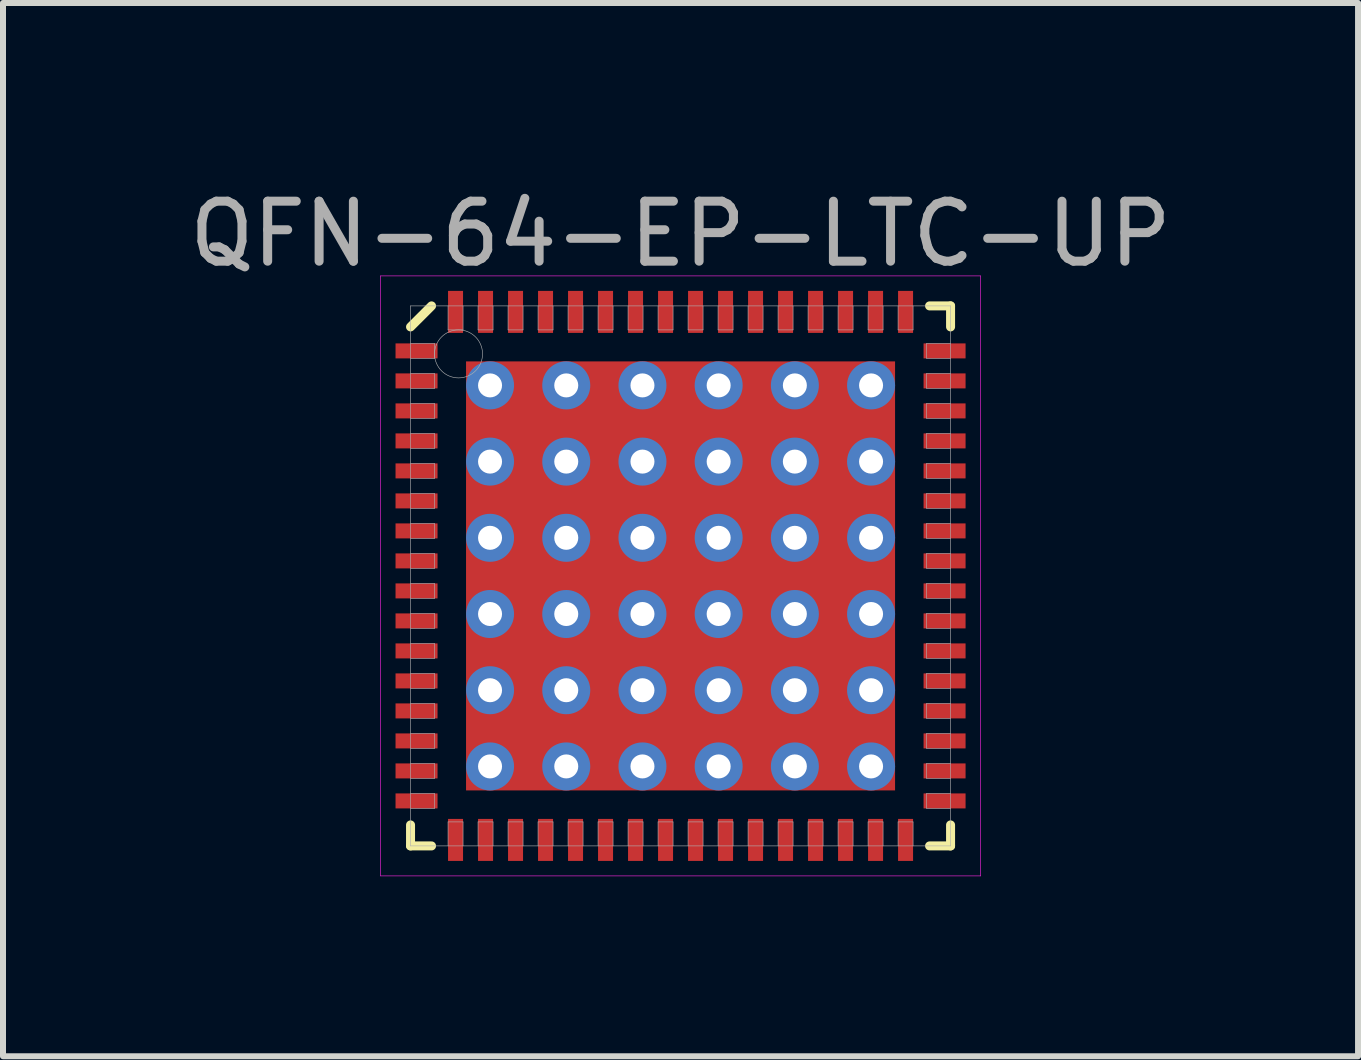
<source format=kicad_pcb>
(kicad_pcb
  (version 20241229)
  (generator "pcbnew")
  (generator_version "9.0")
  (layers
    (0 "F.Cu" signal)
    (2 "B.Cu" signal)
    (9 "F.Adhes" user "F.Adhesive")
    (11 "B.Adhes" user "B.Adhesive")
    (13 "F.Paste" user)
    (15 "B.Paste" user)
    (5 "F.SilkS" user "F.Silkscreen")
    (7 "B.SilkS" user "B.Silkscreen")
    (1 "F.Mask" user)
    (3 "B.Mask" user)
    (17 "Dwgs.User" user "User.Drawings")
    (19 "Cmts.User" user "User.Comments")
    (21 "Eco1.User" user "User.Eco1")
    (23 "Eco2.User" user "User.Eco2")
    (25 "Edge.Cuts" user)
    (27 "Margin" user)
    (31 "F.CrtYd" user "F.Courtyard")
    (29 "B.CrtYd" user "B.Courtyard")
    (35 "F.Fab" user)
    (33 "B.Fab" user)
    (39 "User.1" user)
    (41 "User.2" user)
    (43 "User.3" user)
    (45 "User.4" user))
  (footprint "QFN-64-EP-LTC-UP"
    (layer "F.Cu")
    (at 8.292 6.548)
    (property "Reference" "QFN-64-EP-LTC-UP" (at 0 -5.7 0) (layer "F.Fab") (effects (font (size 1 1) (thickness 0.15))))
    (attr smd)
    (fp_line (start -4.5 -4.15) (end -4.15 -4.5) (stroke (width 0.15) (type solid)) (layer "F.SilkS"))
    (fp_line (start -4.5 4.5) (end -4.5 4.15) (stroke (width 0.15) (type solid)) (layer "F.SilkS"))
    (fp_line (start -4.15 4.5) (end -4.5 4.5) (stroke (width 0.15) (type solid)) (layer "F.SilkS"))
    (fp_line (start 4.15 -4.5) (end 4.5 -4.5) (stroke (width 0.15) (type solid)) (layer "F.SilkS"))
    (fp_line (start 4.15 4.5) (end 4.5 4.5) (stroke (width 0.15) (type solid)) (layer "F.SilkS"))
    (fp_line (start 4.5 -4.5) (end 4.5 -4.15) (stroke (width 0.15) (type solid)) (layer "F.SilkS"))
    (fp_line (start 4.5 4.5) (end 4.5 4.15) (stroke (width 0.15) (type solid)) (layer "F.SilkS"))
    (fp_line (start -5 -5) (end 5 -5) (stroke (width 0.01) (type solid)) (layer "F.CrtYd"))
    (fp_line (start -5 5) (end -5 -5) (stroke (width 0.01) (type solid)) (layer "F.CrtYd"))
    (fp_line (start 5 -5) (end 5 5) (stroke (width 0.01) (type solid)) (layer "F.CrtYd"))
    (fp_line (start 5 5) (end -5 5) (stroke (width 0.01) (type solid)) (layer "F.CrtYd"))
    (fp_line (start -4.5 -4.5) (end 4.5 -4.5) (stroke (width 0.01) (type solid)) (layer "F.Fab"))
    (fp_line (start -4.5 -3.625) (end -4.1 -3.625) (stroke (width 0.01) (type solid)) (layer "F.Fab"))
    (fp_line (start -4.5 -3.125) (end -4.1 -3.125) (stroke (width 0.01) (type solid)) (layer "F.Fab"))
    (fp_line (start -4.5 -2.625) (end -4.1 -2.625) (stroke (width 0.01) (type solid)) (layer "F.Fab"))
    (fp_line (start -4.5 -2.125) (end -4.1 -2.125) (stroke (width 0.01) (type solid)) (layer "F.Fab"))
    (fp_line (start -4.5 -1.625) (end -4.1 -1.625) (stroke (width 0.01) (type solid)) (layer "F.Fab"))
    (fp_line (start -4.5 -1.125) (end -4.1 -1.125) (stroke (width 0.01) (type solid)) (layer "F.Fab"))
    (fp_line (start -4.5 -0.625) (end -4.1 -0.625) (stroke (width 0.01) (type solid)) (layer "F.Fab"))
    (fp_line (start -4.5 -0.125) (end -4.1 -0.125) (stroke (width 0.01) (type solid)) (layer "F.Fab"))
    (fp_line (start -4.5 0.375) (end -4.1 0.375) (stroke (width 0.01) (type solid)) (layer "F.Fab"))
    (fp_line (start -4.5 0.875) (end -4.1 0.875) (stroke (width 0.01) (type solid)) (layer "F.Fab"))
    (fp_line (start -4.5 1.375) (end -4.1 1.375) (stroke (width 0.01) (type solid)) (layer "F.Fab"))
    (fp_line (start -4.5 1.875) (end -4.1 1.875) (stroke (width 0.01) (type solid)) (layer "F.Fab"))
    (fp_line (start -4.5 2.375) (end -4.1 2.375) (stroke (width 0.01) (type solid)) (layer "F.Fab"))
    (fp_line (start -4.5 2.875) (end -4.1 2.875) (stroke (width 0.01) (type solid)) (layer "F.Fab"))
    (fp_line (start -4.5 3.375) (end -4.1 3.375) (stroke (width 0.01) (type solid)) (layer "F.Fab"))
    (fp_line (start -4.5 3.875) (end -4.1 3.875) (stroke (width 0.01) (type solid)) (layer "F.Fab"))
    (fp_line (start -4.5 4.5) (end -4.5 -4.5) (stroke (width 0.01) (type solid)) (layer "F.Fab"))
    (fp_line (start -4.1 -3.875) (end -4.5 -3.875) (stroke (width 0.01) (type solid)) (layer "F.Fab"))
    (fp_line (start -4.1 -3.625) (end -4.1 -3.875) (stroke (width 0.01) (type solid)) (layer "F.Fab"))
    (fp_line (start -4.1 -3.375) (end -4.5 -3.375) (stroke (width 0.01) (type solid)) (layer "F.Fab"))
    (fp_line (start -4.1 -3.125) (end -4.1 -3.375) (stroke (width 0.01) (type solid)) (layer "F.Fab"))
    (fp_line (start -4.1 -2.875) (end -4.5 -2.875) (stroke (width 0.01) (type solid)) (layer "F.Fab"))
    (fp_line (start -4.1 -2.625) (end -4.1 -2.875) (stroke (width 0.01) (type solid)) (layer "F.Fab"))
    (fp_line (start -4.1 -2.375) (end -4.5 -2.375) (stroke (width 0.01) (type solid)) (layer "F.Fab"))
    (fp_line (start -4.1 -2.125) (end -4.1 -2.375) (stroke (width 0.01) (type solid)) (layer "F.Fab"))
    (fp_line (start -4.1 -1.875) (end -4.5 -1.875) (stroke (width 0.01) (type solid)) (layer "F.Fab"))
    (fp_line (start -4.1 -1.625) (end -4.1 -1.875) (stroke (width 0.01) (type solid)) (layer "F.Fab"))
    (fp_line (start -4.1 -1.375) (end -4.5 -1.375) (stroke (width 0.01) (type solid)) (layer "F.Fab"))
    (fp_line (start -4.1 -1.125) (end -4.1 -1.375) (stroke (width 0.01) (type solid)) (layer "F.Fab"))
    (fp_line (start -4.1 -0.875) (end -4.5 -0.875) (stroke (width 0.01) (type solid)) (layer "F.Fab"))
    (fp_line (start -4.1 -0.625) (end -4.1 -0.875) (stroke (width 0.01) (type solid)) (layer "F.Fab"))
    (fp_line (start -4.1 -0.375) (end -4.5 -0.375) (stroke (width 0.01) (type solid)) (layer "F.Fab"))
    (fp_line (start -4.1 -0.125) (end -4.1 -0.375) (stroke (width 0.01) (type solid)) (layer "F.Fab"))
    (fp_line (start -4.1 0.125) (end -4.5 0.125) (stroke (width 0.01) (type solid)) (layer "F.Fab"))
    (fp_line (start -4.1 0.375) (end -4.1 0.125) (stroke (width 0.01) (type solid)) (layer "F.Fab"))
    (fp_line (start -4.1 0.625) (end -4.5 0.625) (stroke (width 0.01) (type solid)) (layer "F.Fab"))
    (fp_line (start -4.1 0.875) (end -4.1 0.625) (stroke (width 0.01) (type solid)) (layer "F.Fab"))
    (fp_line (start -4.1 1.125) (end -4.5 1.125) (stroke (width 0.01) (type solid)) (layer "F.Fab"))
    (fp_line (start -4.1 1.375) (end -4.1 1.125) (stroke (width 0.01) (type solid)) (layer "F.Fab"))
    (fp_line (start -4.1 1.625) (end -4.5 1.625) (stroke (width 0.01) (type solid)) (layer "F.Fab"))
    (fp_line (start -4.1 1.875) (end -4.1 1.625) (stroke (width 0.01) (type solid)) (layer "F.Fab"))
    (fp_line (start -4.1 2.125) (end -4.5 2.125) (stroke (width 0.01) (type solid)) (layer "F.Fab"))
    (fp_line (start -4.1 2.375) (end -4.1 2.125) (stroke (width 0.01) (type solid)) (layer "F.Fab"))
    (fp_line (start -4.1 2.625) (end -4.5 2.625) (stroke (width 0.01) (type solid)) (layer "F.Fab"))
    (fp_line (start -4.1 2.875) (end -4.1 2.625) (stroke (width 0.01) (type solid)) (layer "F.Fab"))
    (fp_line (start -4.1 3.125) (end -4.5 3.125) (stroke (width 0.01) (type solid)) (layer "F.Fab"))
    (fp_line (start -4.1 3.375) (end -4.1 3.125) (stroke (width 0.01) (type solid)) (layer "F.Fab"))
    (fp_line (start -4.1 3.625) (end -4.5 3.625) (stroke (width 0.01) (type solid)) (layer "F.Fab"))
    (fp_line (start -4.1 3.875) (end -4.1 3.625) (stroke (width 0.01) (type solid)) (layer "F.Fab"))
    (fp_line (start -3.875 -4.5) (end -3.875 -4.1) (stroke (width 0.01) (type solid)) (layer "F.Fab"))
    (fp_line (start -3.875 -4.1) (end -3.625 -4.1) (stroke (width 0.01) (type solid)) (layer "F.Fab"))
    (fp_line (start -3.875 4.1) (end -3.875 4.5) (stroke (width 0.01) (type solid)) (layer "F.Fab"))
    (fp_line (start -3.625 -4.1) (end -3.625 -4.5) (stroke (width 0.01) (type solid)) (layer "F.Fab"))
    (fp_line (start -3.625 4.1) (end -3.875 4.1) (stroke (width 0.01) (type solid)) (layer "F.Fab"))
    (fp_line (start -3.625 4.5) (end -3.625 4.1) (stroke (width 0.01) (type solid)) (layer "F.Fab"))
    (fp_line (start -3.375 -4.5) (end -3.375 -4.1) (stroke (width 0.01) (type solid)) (layer "F.Fab"))
    (fp_line (start -3.375 -4.1) (end -3.125 -4.1) (stroke (width 0.01) (type solid)) (layer "F.Fab"))
    (fp_line (start -3.375 4.1) (end -3.375 4.5) (stroke (width 0.01) (type solid)) (layer "F.Fab"))
    (fp_line (start -3.125 -4.1) (end -3.125 -4.5) (stroke (width 0.01) (type solid)) (layer "F.Fab"))
    (fp_line (start -3.125 4.1) (end -3.375 4.1) (stroke (width 0.01) (type solid)) (layer "F.Fab"))
    (fp_line (start -3.125 4.5) (end -3.125 4.1) (stroke (width 0.01) (type solid)) (layer "F.Fab"))
    (fp_line (start -2.875 -4.5) (end -2.875 -4.1) (stroke (width 0.01) (type solid)) (layer "F.Fab"))
    (fp_line (start -2.875 -4.1) (end -2.625 -4.1) (stroke (width 0.01) (type solid)) (layer "F.Fab"))
    (fp_line (start -2.875 4.1) (end -2.875 4.5) (stroke (width 0.01) (type solid)) (layer "F.Fab"))
    (fp_line (start -2.625 -4.1) (end -2.625 -4.5) (stroke (width 0.01) (type solid)) (layer "F.Fab"))
    (fp_line (start -2.625 4.1) (end -2.875 4.1) (stroke (width 0.01) (type solid)) (layer "F.Fab"))
    (fp_line (start -2.625 4.5) (end -2.625 4.1) (stroke (width 0.01) (type solid)) (layer "F.Fab"))
    (fp_line (start -2.375 -4.5) (end -2.375 -4.1) (stroke (width 0.01) (type solid)) (layer "F.Fab"))
    (fp_line (start -2.375 -4.1) (end -2.125 -4.1) (stroke (width 0.01) (type solid)) (layer "F.Fab"))
    (fp_line (start -2.375 4.1) (end -2.375 4.5) (stroke (width 0.01) (type solid)) (layer "F.Fab"))
    (fp_line (start -2.125 -4.1) (end -2.125 -4.5) (stroke (width 0.01) (type solid)) (layer "F.Fab"))
    (fp_line (start -2.125 4.1) (end -2.375 4.1) (stroke (width 0.01) (type solid)) (layer "F.Fab"))
    (fp_line (start -2.125 4.5) (end -2.125 4.1) (stroke (width 0.01) (type solid)) (layer "F.Fab"))
    (fp_line (start -1.875 -4.5) (end -1.875 -4.1) (stroke (width 0.01) (type solid)) (layer "F.Fab"))
    (fp_line (start -1.875 -4.1) (end -1.625 -4.1) (stroke (width 0.01) (type solid)) (layer "F.Fab"))
    (fp_line (start -1.875 4.1) (end -1.875 4.5) (stroke (width 0.01) (type solid)) (layer "F.Fab"))
    (fp_line (start -1.625 -4.1) (end -1.625 -4.5) (stroke (width 0.01) (type solid)) (layer "F.Fab"))
    (fp_line (start -1.625 4.1) (end -1.875 4.1) (stroke (width 0.01) (type solid)) (layer "F.Fab"))
    (fp_line (start -1.625 4.5) (end -1.625 4.1) (stroke (width 0.01) (type solid)) (layer "F.Fab"))
    (fp_line (start -1.375 -4.5) (end -1.375 -4.1) (stroke (width 0.01) (type solid)) (layer "F.Fab"))
    (fp_line (start -1.375 -4.1) (end -1.125 -4.1) (stroke (width 0.01) (type solid)) (layer "F.Fab"))
    (fp_line (start -1.375 4.1) (end -1.375 4.5) (stroke (width 0.01) (type solid)) (layer "F.Fab"))
    (fp_line (start -1.125 -4.1) (end -1.125 -4.5) (stroke (width 0.01) (type solid)) (layer "F.Fab"))
    (fp_line (start -1.125 4.1) (end -1.375 4.1) (stroke (width 0.01) (type solid)) (layer "F.Fab"))
    (fp_line (start -1.125 4.5) (end -1.125 4.1) (stroke (width 0.01) (type solid)) (layer "F.Fab"))
    (fp_line (start -0.875 -4.5) (end -0.875 -4.1) (stroke (width 0.01) (type solid)) (layer "F.Fab"))
    (fp_line (start -0.875 -4.1) (end -0.625 -4.1) (stroke (width 0.01) (type solid)) (layer "F.Fab"))
    (fp_line (start -0.875 4.1) (end -0.875 4.5) (stroke (width 0.01) (type solid)) (layer "F.Fab"))
    (fp_line (start -0.625 -4.1) (end -0.625 -4.5) (stroke (width 0.01) (type solid)) (layer "F.Fab"))
    (fp_line (start -0.625 4.1) (end -0.875 4.1) (stroke (width 0.01) (type solid)) (layer "F.Fab"))
    (fp_line (start -0.625 4.5) (end -0.625 4.1) (stroke (width 0.01) (type solid)) (layer "F.Fab"))
    (fp_line (start -0.375 -4.5) (end -0.375 -4.1) (stroke (width 0.01) (type solid)) (layer "F.Fab"))
    (fp_line (start -0.375 -4.1) (end -0.125 -4.1) (stroke (width 0.01) (type solid)) (layer "F.Fab"))
    (fp_line (start -0.375 4.1) (end -0.375 4.5) (stroke (width 0.01) (type solid)) (layer "F.Fab"))
    (fp_line (start -0.125 -4.1) (end -0.125 -4.5) (stroke (width 0.01) (type solid)) (layer "F.Fab"))
    (fp_line (start -0.125 4.1) (end -0.375 4.1) (stroke (width 0.01) (type solid)) (layer "F.Fab"))
    (fp_line (start -0.125 4.5) (end -0.125 4.1) (stroke (width 0.01) (type solid)) (layer "F.Fab"))
    (fp_line (start 0.125 -4.5) (end 0.125 -4.1) (stroke (width 0.01) (type solid)) (layer "F.Fab"))
    (fp_line (start 0.125 -4.1) (end 0.375 -4.1) (stroke (width 0.01) (type solid)) (layer "F.Fab"))
    (fp_line (start 0.125 4.1) (end 0.125 4.5) (stroke (width 0.01) (type solid)) (layer "F.Fab"))
    (fp_line (start 0.375 -4.1) (end 0.375 -4.5) (stroke (width 0.01) (type solid)) (layer "F.Fab"))
    (fp_line (start 0.375 4.1) (end 0.125 4.1) (stroke (width 0.01) (type solid)) (layer "F.Fab"))
    (fp_line (start 0.375 4.5) (end 0.375 4.1) (stroke (width 0.01) (type solid)) (layer "F.Fab"))
    (fp_line (start 0.625 -4.5) (end 0.625 -4.1) (stroke (width 0.01) (type solid)) (layer "F.Fab"))
    (fp_line (start 0.625 -4.1) (end 0.875 -4.1) (stroke (width 0.01) (type solid)) (layer "F.Fab"))
    (fp_line (start 0.625 4.1) (end 0.625 4.5) (stroke (width 0.01) (type solid)) (layer "F.Fab"))
    (fp_line (start 0.875 -4.1) (end 0.875 -4.5) (stroke (width 0.01) (type solid)) (layer "F.Fab"))
    (fp_line (start 0.875 4.1) (end 0.625 4.1) (stroke (width 0.01) (type solid)) (layer "F.Fab"))
    (fp_line (start 0.875 4.5) (end 0.875 4.1) (stroke (width 0.01) (type solid)) (layer "F.Fab"))
    (fp_line (start 1.125 -4.5) (end 1.125 -4.1) (stroke (width 0.01) (type solid)) (layer "F.Fab"))
    (fp_line (start 1.125 -4.1) (end 1.375 -4.1) (stroke (width 0.01) (type solid)) (layer "F.Fab"))
    (fp_line (start 1.125 4.1) (end 1.125 4.5) (stroke (width 0.01) (type solid)) (layer "F.Fab"))
    (fp_line (start 1.375 -4.1) (end 1.375 -4.5) (stroke (width 0.01) (type solid)) (layer "F.Fab"))
    (fp_line (start 1.375 4.1) (end 1.125 4.1) (stroke (width 0.01) (type solid)) (layer "F.Fab"))
    (fp_line (start 1.375 4.5) (end 1.375 4.1) (stroke (width 0.01) (type solid)) (layer "F.Fab"))
    (fp_line (start 1.625 -4.5) (end 1.625 -4.1) (stroke (width 0.01) (type solid)) (layer "F.Fab"))
    (fp_line (start 1.625 -4.1) (end 1.875 -4.1) (stroke (width 0.01) (type solid)) (layer "F.Fab"))
    (fp_line (start 1.625 4.1) (end 1.625 4.5) (stroke (width 0.01) (type solid)) (layer "F.Fab"))
    (fp_line (start 1.875 -4.1) (end 1.875 -4.5) (stroke (width 0.01) (type solid)) (layer "F.Fab"))
    (fp_line (start 1.875 4.1) (end 1.625 4.1) (stroke (width 0.01) (type solid)) (layer "F.Fab"))
    (fp_line (start 1.875 4.5) (end 1.875 4.1) (stroke (width 0.01) (type solid)) (layer "F.Fab"))
    (fp_line (start 2.125 -4.5) (end 2.125 -4.1) (stroke (width 0.01) (type solid)) (layer "F.Fab"))
    (fp_line (start 2.125 -4.1) (end 2.375 -4.1) (stroke (width 0.01) (type solid)) (layer "F.Fab"))
    (fp_line (start 2.125 4.1) (end 2.125 4.5) (stroke (width 0.01) (type solid)) (layer "F.Fab"))
    (fp_line (start 2.375 -4.1) (end 2.375 -4.5) (stroke (width 0.01) (type solid)) (layer "F.Fab"))
    (fp_line (start 2.375 4.1) (end 2.125 4.1) (stroke (width 0.01) (type solid)) (layer "F.Fab"))
    (fp_line (start 2.375 4.5) (end 2.375 4.1) (stroke (width 0.01) (type solid)) (layer "F.Fab"))
    (fp_line (start 2.625 -4.5) (end 2.625 -4.1) (stroke (width 0.01) (type solid)) (layer "F.Fab"))
    (fp_line (start 2.625 -4.1) (end 2.875 -4.1) (stroke (width 0.01) (type solid)) (layer "F.Fab"))
    (fp_line (start 2.625 4.1) (end 2.625 4.5) (stroke (width 0.01) (type solid)) (layer "F.Fab"))
    (fp_line (start 2.875 -4.1) (end 2.875 -4.5) (stroke (width 0.01) (type solid)) (layer "F.Fab"))
    (fp_line (start 2.875 4.1) (end 2.625 4.1) (stroke (width 0.01) (type solid)) (layer "F.Fab"))
    (fp_line (start 2.875 4.5) (end 2.875 4.1) (stroke (width 0.01) (type solid)) (layer "F.Fab"))
    (fp_line (start 3.125 -4.5) (end 3.125 -4.1) (stroke (width 0.01) (type solid)) (layer "F.Fab"))
    (fp_line (start 3.125 -4.1) (end 3.375 -4.1) (stroke (width 0.01) (type solid)) (layer "F.Fab"))
    (fp_line (start 3.125 4.1) (end 3.125 4.5) (stroke (width 0.01) (type solid)) (layer "F.Fab"))
    (fp_line (start 3.375 -4.1) (end 3.375 -4.5) (stroke (width 0.01) (type solid)) (layer "F.Fab"))
    (fp_line (start 3.375 4.1) (end 3.125 4.1) (stroke (width 0.01) (type solid)) (layer "F.Fab"))
    (fp_line (start 3.375 4.5) (end 3.375 4.1) (stroke (width 0.01) (type solid)) (layer "F.Fab"))
    (fp_line (start 3.625 -4.5) (end 3.625 -4.1) (stroke (width 0.01) (type solid)) (layer "F.Fab"))
    (fp_line (start 3.625 -4.1) (end 3.875 -4.1) (stroke (width 0.01) (type solid)) (layer "F.Fab"))
    (fp_line (start 3.625 4.1) (end 3.625 4.5) (stroke (width 0.01) (type solid)) (layer "F.Fab"))
    (fp_line (start 3.875 -4.1) (end 3.875 -4.5) (stroke (width 0.01) (type solid)) (layer "F.Fab"))
    (fp_line (start 3.875 4.1) (end 3.625 4.1) (stroke (width 0.01) (type solid)) (layer "F.Fab"))
    (fp_line (start 3.875 4.5) (end 3.875 4.1) (stroke (width 0.01) (type solid)) (layer "F.Fab"))
    (fp_line (start 4.1 -3.875) (end 4.1 -3.625) (stroke (width 0.01) (type solid)) (layer "F.Fab"))
    (fp_line (start 4.1 -3.625) (end 4.5 -3.625) (stroke (width 0.01) (type solid)) (layer "F.Fab"))
    (fp_line (start 4.1 -3.375) (end 4.1 -3.125) (stroke (width 0.01) (type solid)) (layer "F.Fab"))
    (fp_line (start 4.1 -3.125) (end 4.5 -3.125) (stroke (width 0.01) (type solid)) (layer "F.Fab"))
    (fp_line (start 4.1 -2.875) (end 4.1 -2.625) (stroke (width 0.01) (type solid)) (layer "F.Fab"))
    (fp_line (start 4.1 -2.625) (end 4.5 -2.625) (stroke (width 0.01) (type solid)) (layer "F.Fab"))
    (fp_line (start 4.1 -2.375) (end 4.1 -2.125) (stroke (width 0.01) (type solid)) (layer "F.Fab"))
    (fp_line (start 4.1 -2.125) (end 4.5 -2.125) (stroke (width 0.01) (type solid)) (layer "F.Fab"))
    (fp_line (start 4.1 -1.875) (end 4.1 -1.625) (stroke (width 0.01) (type solid)) (layer "F.Fab"))
    (fp_line (start 4.1 -1.625) (end 4.5 -1.625) (stroke (width 0.01) (type solid)) (layer "F.Fab"))
    (fp_line (start 4.1 -1.375) (end 4.1 -1.125) (stroke (width 0.01) (type solid)) (layer "F.Fab"))
    (fp_line (start 4.1 -1.125) (end 4.5 -1.125) (stroke (width 0.01) (type solid)) (layer "F.Fab"))
    (fp_line (start 4.1 -0.875) (end 4.1 -0.625) (stroke (width 0.01) (type solid)) (layer "F.Fab"))
    (fp_line (start 4.1 -0.625) (end 4.5 -0.625) (stroke (width 0.01) (type solid)) (layer "F.Fab"))
    (fp_line (start 4.1 -0.375) (end 4.1 -0.125) (stroke (width 0.01) (type solid)) (layer "F.Fab"))
    (fp_line (start 4.1 -0.125) (end 4.5 -0.125) (stroke (width 0.01) (type solid)) (layer "F.Fab"))
    (fp_line (start 4.1 0.125) (end 4.1 0.375) (stroke (width 0.01) (type solid)) (layer "F.Fab"))
    (fp_line (start 4.1 0.375) (end 4.5 0.375) (stroke (width 0.01) (type solid)) (layer "F.Fab"))
    (fp_line (start 4.1 0.625) (end 4.1 0.875) (stroke (width 0.01) (type solid)) (layer "F.Fab"))
    (fp_line (start 4.1 0.875) (end 4.5 0.875) (stroke (width 0.01) (type solid)) (layer "F.Fab"))
    (fp_line (start 4.1 1.125) (end 4.1 1.375) (stroke (width 0.01) (type solid)) (layer "F.Fab"))
    (fp_line (start 4.1 1.375) (end 4.5 1.375) (stroke (width 0.01) (type solid)) (layer "F.Fab"))
    (fp_line (start 4.1 1.625) (end 4.1 1.875) (stroke (width 0.01) (type solid)) (layer "F.Fab"))
    (fp_line (start 4.1 1.875) (end 4.5 1.875) (stroke (width 0.01) (type solid)) (layer "F.Fab"))
    (fp_line (start 4.1 2.125) (end 4.1 2.375) (stroke (width 0.01) (type solid)) (layer "F.Fab"))
    (fp_line (start 4.1 2.375) (end 4.5 2.375) (stroke (width 0.01) (type solid)) (layer "F.Fab"))
    (fp_line (start 4.1 2.625) (end 4.1 2.875) (stroke (width 0.01) (type solid)) (layer "F.Fab"))
    (fp_line (start 4.1 2.875) (end 4.5 2.875) (stroke (width 0.01) (type solid)) (layer "F.Fab"))
    (fp_line (start 4.1 3.125) (end 4.1 3.375) (stroke (width 0.01) (type solid)) (layer "F.Fab"))
    (fp_line (start 4.1 3.375) (end 4.5 3.375) (stroke (width 0.01) (type solid)) (layer "F.Fab"))
    (fp_line (start 4.1 3.625) (end 4.1 3.875) (stroke (width 0.01) (type solid)) (layer "F.Fab"))
    (fp_line (start 4.1 3.875) (end 4.5 3.875) (stroke (width 0.01) (type solid)) (layer "F.Fab"))
    (fp_line (start 4.5 -4.5) (end 4.5 4.5) (stroke (width 0.01) (type solid)) (layer "F.Fab"))
    (fp_line (start 4.5 -3.875) (end 4.1 -3.875) (stroke (width 0.01) (type solid)) (layer "F.Fab"))
    (fp_line (start 4.5 -3.375) (end 4.1 -3.375) (stroke (width 0.01) (type solid)) (layer "F.Fab"))
    (fp_line (start 4.5 -2.875) (end 4.1 -2.875) (stroke (width 0.01) (type solid)) (layer "F.Fab"))
    (fp_line (start 4.5 -2.375) (end 4.1 -2.375) (stroke (width 0.01) (type solid)) (layer "F.Fab"))
    (fp_line (start 4.5 -1.875) (end 4.1 -1.875) (stroke (width 0.01) (type solid)) (layer "F.Fab"))
    (fp_line (start 4.5 -1.375) (end 4.1 -1.375) (stroke (width 0.01) (type solid)) (layer "F.Fab"))
    (fp_line (start 4.5 -0.875) (end 4.1 -0.875) (stroke (width 0.01) (type solid)) (layer "F.Fab"))
    (fp_line (start 4.5 -0.375) (end 4.1 -0.375) (stroke (width 0.01) (type solid)) (layer "F.Fab"))
    (fp_line (start 4.5 0.125) (end 4.1 0.125) (stroke (width 0.01) (type solid)) (layer "F.Fab"))
    (fp_line (start 4.5 0.625) (end 4.1 0.625) (stroke (width 0.01) (type solid)) (layer "F.Fab"))
    (fp_line (start 4.5 1.125) (end 4.1 1.125) (stroke (width 0.01) (type solid)) (layer "F.Fab"))
    (fp_line (start 4.5 1.625) (end 4.1 1.625) (stroke (width 0.01) (type solid)) (layer "F.Fab"))
    (fp_line (start 4.5 2.125) (end 4.1 2.125) (stroke (width 0.01) (type solid)) (layer "F.Fab"))
    (fp_line (start 4.5 2.625) (end 4.1 2.625) (stroke (width 0.01) (type solid)) (layer "F.Fab"))
    (fp_line (start 4.5 3.125) (end 4.1 3.125) (stroke (width 0.01) (type solid)) (layer "F.Fab"))
    (fp_line (start 4.5 3.625) (end 4.1 3.625) (stroke (width 0.01) (type solid)) (layer "F.Fab"))
    (fp_line (start 4.5 4.5) (end -4.5 4.5) (stroke (width 0.01) (type solid)) (layer "F.Fab"))
    (fp_circle (center -3.7 -3.7) (end -3.7 -3.3) (stroke (width 0.01) (type solid)) (fill no) (layer "F.Fab"))
    (pad "" smd rect (at -2.6 -2.6) (size 0.7 0.7) (layers "F.Mask"))
    (pad "" smd rect (at -2.6 -2.6) (size 0.7 0.7) (layers "F.Paste"))
    (pad "" smd rect (at -2.6 -1.3) (size 0.7 0.7) (layers "F.Mask"))
    (pad "" smd rect (at -2.6 -1.3) (size 0.7 0.7) (layers "F.Paste"))
    (pad "" smd rect (at -2.6 0) (size 0.7 0.7) (layers "F.Mask"))
    (pad "" smd rect (at -2.6 0) (size 0.7 0.7) (layers "F.Paste"))
    (pad "" smd rect (at -2.6 1.3) (size 0.7 0.7) (layers "F.Mask"))
    (pad "" smd rect (at -2.6 1.3) (size 0.7 0.7) (layers "F.Paste"))
    (pad "" smd rect (at -2.6 2.6) (size 0.7 0.7) (layers "F.Mask"))
    (pad "" smd rect (at -2.6 2.6) (size 0.7 0.7) (layers "F.Paste"))
    (pad "" smd rect (at -1.3 -2.6) (size 0.7 0.7) (layers "F.Mask"))
    (pad "" smd rect (at -1.3 -2.6) (size 0.7 0.7) (layers "F.Paste"))
    (pad "" smd rect (at -1.3 -1.3) (size 0.7 0.7) (layers "F.Mask"))
    (pad "" smd rect (at -1.3 -1.3) (size 0.7 0.7) (layers "F.Paste"))
    (pad "" smd rect (at -1.3 0) (size 0.7 0.7) (layers "F.Mask"))
    (pad "" smd rect (at -1.3 0) (size 0.7 0.7) (layers "F.Paste"))
    (pad "" smd rect (at -1.3 1.3) (size 0.7 0.7) (layers "F.Mask"))
    (pad "" smd rect (at -1.3 1.3) (size 0.7 0.7) (layers "F.Paste"))
    (pad "" smd rect (at -1.3 2.6) (size 0.7 0.7) (layers "F.Mask"))
    (pad "" smd rect (at -1.3 2.6) (size 0.7 0.7) (layers "F.Paste"))
    (pad "" smd rect (at 0 -2.6) (size 0.7 0.7) (layers "F.Mask"))
    (pad "" smd rect (at 0 -2.6) (size 0.7 0.7) (layers "F.Paste"))
    (pad "" smd rect (at 0 -1.3) (size 0.7 0.7) (layers "F.Mask"))
    (pad "" smd rect (at 0 -1.3) (size 0.7 0.7) (layers "F.Paste"))
    (pad "" smd rect (at 0 0) (size 0.7 0.7) (layers "F.Mask"))
    (pad "" smd rect (at 0 0) (size 0.7 0.7) (layers "F.Paste"))
    (pad "" smd rect (at 0 1.3) (size 0.7 0.7) (layers "F.Mask"))
    (pad "" smd rect (at 0 1.3) (size 0.7 0.7) (layers "F.Paste"))
    (pad "" smd rect (at 0 2.6) (size 0.7 0.7) (layers "F.Mask"))
    (pad "" smd rect (at 0 2.6) (size 0.7 0.7) (layers "F.Paste"))
    (pad "" smd rect (at 1.3 -2.6) (size 0.7 0.7) (layers "F.Mask"))
    (pad "" smd rect (at 1.3 -2.6) (size 0.7 0.7) (layers "F.Paste"))
    (pad "" smd rect (at 1.3 -1.3) (size 0.7 0.7) (layers "F.Mask"))
    (pad "" smd rect (at 1.3 -1.3) (size 0.7 0.7) (layers "F.Paste"))
    (pad "" smd rect (at 1.3 0) (size 0.7 0.7) (layers "F.Mask"))
    (pad "" smd rect (at 1.3 0) (size 0.7 0.7) (layers "F.Paste"))
    (pad "" smd rect (at 1.3 1.3) (size 0.7 0.7) (layers "F.Mask"))
    (pad "" smd rect (at 1.3 1.3) (size 0.7 0.7) (layers "F.Paste"))
    (pad "" smd rect (at 1.3 2.6) (size 0.7 0.7) (layers "F.Mask"))
    (pad "" smd rect (at 1.3 2.6) (size 0.7 0.7) (layers "F.Paste"))
    (pad "" smd rect (at 2.6 -2.6) (size 0.7 0.7) (layers "F.Mask"))
    (pad "" smd rect (at 2.6 -2.6) (size 0.7 0.7) (layers "F.Paste"))
    (pad "" smd rect (at 2.6 -1.3) (size 0.7 0.7) (layers "F.Mask"))
    (pad "" smd rect (at 2.6 -1.3) (size 0.7 0.7) (layers "F.Paste"))
    (pad "" smd rect (at 2.6 0) (size 0.7 0.7) (layers "F.Mask"))
    (pad "" smd rect (at 2.6 0) (size 0.7 0.7) (layers "F.Paste"))
    (pad "" smd rect (at 2.6 1.3) (size 0.7 0.7) (layers "F.Mask"))
    (pad "" smd rect (at 2.6 1.3) (size 0.7 0.7) (layers "F.Paste"))
    (pad "" smd rect (at 2.6 2.6) (size 0.7 0.7) (layers "F.Mask"))
    (pad "" smd rect (at 2.6 2.6) (size 0.7 0.7) (layers "F.Paste"))
    (pad "1" smd rect (at -4.4 -3.75) (size 0.7 0.25) (layers "F.Cu" "F.Mask" "F.Paste"))
    (pad "2" smd rect (at -4.4 -3.25) (size 0.7 0.25) (layers "F.Cu" "F.Mask" "F.Paste"))
    (pad "3" smd rect (at -4.4 -2.75) (size 0.7 0.25) (layers "F.Cu" "F.Mask" "F.Paste"))
    (pad "4" smd rect (at -4.4 -2.25) (size 0.7 0.25) (layers "F.Cu" "F.Mask" "F.Paste"))
    (pad "5" smd rect (at -4.4 -1.75) (size 0.7 0.25) (layers "F.Cu" "F.Mask" "F.Paste"))
    (pad "6" smd rect (at -4.4 -1.25) (size 0.7 0.25) (layers "F.Cu" "F.Mask" "F.Paste"))
    (pad "7" smd rect (at -4.4 -0.75) (size 0.7 0.25) (layers "F.Cu" "F.Mask" "F.Paste"))
    (pad "8" smd rect (at -4.4 -0.25) (size 0.7 0.25) (layers "F.Cu" "F.Mask" "F.Paste"))
    (pad "9" smd rect (at -4.4 0.25) (size 0.7 0.25) (layers "F.Cu" "F.Mask" "F.Paste"))
    (pad "10" smd rect (at -4.4 0.75) (size 0.7 0.25) (layers "F.Cu" "F.Mask" "F.Paste"))
    (pad "11" smd rect (at -4.4 1.25) (size 0.7 0.25) (layers "F.Cu" "F.Mask" "F.Paste"))
    (pad "12" smd rect (at -4.4 1.75) (size 0.7 0.25) (layers "F.Cu" "F.Mask" "F.Paste"))
    (pad "13" smd rect (at -4.4 2.25) (size 0.7 0.25) (layers "F.Cu" "F.Mask" "F.Paste"))
    (pad "14" smd rect (at -4.4 2.75) (size 0.7 0.25) (layers "F.Cu" "F.Mask" "F.Paste"))
    (pad "15" smd rect (at -4.4 3.25) (size 0.7 0.25) (layers "F.Cu" "F.Mask" "F.Paste"))
    (pad "16" smd rect (at -4.4 3.75) (size 0.7 0.25) (layers "F.Cu" "F.Mask" "F.Paste"))
    (pad "17" smd rect (at -3.75 4.4) (size 0.25 0.7) (layers "F.Cu" "F.Mask" "F.Paste"))
    (pad "18" smd rect (at -3.25 4.4) (size 0.25 0.7) (layers "F.Cu" "F.Mask" "F.Paste"))
    (pad "19" smd rect (at -2.75 4.4) (size 0.25 0.7) (layers "F.Cu" "F.Mask" "F.Paste"))
    (pad "20" smd rect (at -2.25 4.4) (size 0.25 0.7) (layers "F.Cu" "F.Mask" "F.Paste"))
    (pad "21" smd rect (at -1.75 4.4) (size 0.25 0.7) (layers "F.Cu" "F.Mask" "F.Paste"))
    (pad "22" smd rect (at -1.25 4.4) (size 0.25 0.7) (layers "F.Cu" "F.Mask" "F.Paste"))
    (pad "23" smd rect (at -0.75 4.4) (size 0.25 0.7) (layers "F.Cu" "F.Mask" "F.Paste"))
    (pad "24" smd rect (at -0.25 4.4) (size 0.25 0.7) (layers "F.Cu" "F.Mask" "F.Paste"))
    (pad "25" smd rect (at 0.25 4.4) (size 0.25 0.7) (layers "F.Cu" "F.Mask" "F.Paste"))
    (pad "26" smd rect (at 0.75 4.4) (size 0.25 0.7) (layers "F.Cu" "F.Mask" "F.Paste"))
    (pad "27" smd rect (at 1.25 4.4) (size 0.25 0.7) (layers "F.Cu" "F.Mask" "F.Paste"))
    (pad "28" smd rect (at 1.75 4.4) (size 0.25 0.7) (layers "F.Cu" "F.Mask" "F.Paste"))
    (pad "29" smd rect (at 2.25 4.4) (size 0.25 0.7) (layers "F.Cu" "F.Mask" "F.Paste"))
    (pad "30" smd rect (at 2.75 4.4) (size 0.25 0.7) (layers "F.Cu" "F.Mask" "F.Paste"))
    (pad "31" smd rect (at 3.25 4.4) (size 0.25 0.7) (layers "F.Cu" "F.Mask" "F.Paste"))
    (pad "32" smd rect (at 3.75 4.4) (size 0.25 0.7) (layers "F.Cu" "F.Mask" "F.Paste"))
    (pad "33" smd rect (at 4.4 3.75) (size 0.7 0.25) (layers "F.Cu" "F.Mask" "F.Paste"))
    (pad "34" smd rect (at 4.4 3.25) (size 0.7 0.25) (layers "F.Cu" "F.Mask" "F.Paste"))
    (pad "35" smd rect (at 4.4 2.75) (size 0.7 0.25) (layers "F.Cu" "F.Mask" "F.Paste"))
    (pad "36" smd rect (at 4.4 2.25) (size 0.7 0.25) (layers "F.Cu" "F.Mask" "F.Paste"))
    (pad "37" smd rect (at 4.4 1.75) (size 0.7 0.25) (layers "F.Cu" "F.Mask" "F.Paste"))
    (pad "38" smd rect (at 4.4 1.25) (size 0.7 0.25) (layers "F.Cu" "F.Mask" "F.Paste"))
    (pad "39" smd rect (at 4.4 0.75) (size 0.7 0.25) (layers "F.Cu" "F.Mask" "F.Paste"))
    (pad "40" smd rect (at 4.4 0.25) (size 0.7 0.25) (layers "F.Cu" "F.Mask" "F.Paste"))
    (pad "41" smd rect (at 4.4 -0.25) (size 0.7 0.25) (layers "F.Cu" "F.Mask" "F.Paste"))
    (pad "42" smd rect (at 4.4 -0.75) (size 0.7 0.25) (layers "F.Cu" "F.Mask" "F.Paste"))
    (pad "43" smd rect (at 4.4 -1.25) (size 0.7 0.25) (layers "F.Cu" "F.Mask" "F.Paste"))
    (pad "44" smd rect (at 4.4 -1.75) (size 0.7 0.25) (layers "F.Cu" "F.Mask" "F.Paste"))
    (pad "45" smd rect (at 4.4 -2.25) (size 0.7 0.25) (layers "F.Cu" "F.Mask" "F.Paste"))
    (pad "46" smd rect (at 4.4 -2.75) (size 0.7 0.25) (layers "F.Cu" "F.Mask" "F.Paste"))
    (pad "47" smd rect (at 4.4 -3.25) (size 0.7 0.25) (layers "F.Cu" "F.Mask" "F.Paste"))
    (pad "48" smd rect (at 4.4 -3.75) (size 0.7 0.25) (layers "F.Cu" "F.Mask" "F.Paste"))
    (pad "49" smd rect (at 3.75 -4.4) (size 0.25 0.7) (layers "F.Cu" "F.Mask" "F.Paste"))
    (pad "50" smd rect (at 3.25 -4.4) (size 0.25 0.7) (layers "F.Cu" "F.Mask" "F.Paste"))
    (pad "51" smd rect (at 2.75 -4.4) (size 0.25 0.7) (layers "F.Cu" "F.Mask" "F.Paste"))
    (pad "52" smd rect (at 2.25 -4.4) (size 0.25 0.7) (layers "F.Cu" "F.Mask" "F.Paste"))
    (pad "53" smd rect (at 1.75 -4.4) (size 0.25 0.7) (layers "F.Cu" "F.Mask" "F.Paste"))
    (pad "54" smd rect (at 1.25 -4.4) (size 0.25 0.7) (layers "F.Cu" "F.Mask" "F.Paste"))
    (pad "55" smd rect (at 0.75 -4.4) (size 0.25 0.7) (layers "F.Cu" "F.Mask" "F.Paste"))
    (pad "56" smd rect (at 0.25 -4.4) (size 0.25 0.7) (layers "F.Cu" "F.Mask" "F.Paste"))
    (pad "57" smd rect (at -0.25 -4.4) (size 0.25 0.7) (layers "F.Cu" "F.Mask" "F.Paste"))
    (pad "58" smd rect (at -0.75 -4.4) (size 0.25 0.7) (layers "F.Cu" "F.Mask" "F.Paste"))
    (pad "59" smd rect (at -1.25 -4.4) (size 0.25 0.7) (layers "F.Cu" "F.Mask" "F.Paste"))
    (pad "60" smd rect (at -1.75 -4.4) (size 0.25 0.7) (layers "F.Cu" "F.Mask" "F.Paste"))
    (pad "61" smd rect (at -2.25 -4.4) (size 0.25 0.7) (layers "F.Cu" "F.Mask" "F.Paste"))
    (pad "62" smd rect (at -2.75 -4.4) (size 0.25 0.7) (layers "F.Cu" "F.Mask" "F.Paste"))
    (pad "63" smd rect (at -3.25 -4.4) (size 0.25 0.7) (layers "F.Cu" "F.Mask" "F.Paste"))
    (pad "64" smd rect (at -3.75 -4.4) (size 0.25 0.7) (layers "F.Cu" "F.Mask" "F.Paste"))
    (pad "EP" thru_hole circle (at -3.175 -3.175) (size 0.8 0.8) (drill 0.4) (layers "*.Cu"))
    (pad "EP" thru_hole circle (at -3.175 -1.905) (size 0.8 0.8) (drill 0.4) (layers "*.Cu"))
    (pad "EP" thru_hole circle (at -3.175 -0.635) (size 0.8 0.8) (drill 0.4) (layers "*.Cu"))
    (pad "EP" thru_hole circle (at -3.175 0.635) (size 0.8 0.8) (drill 0.4) (layers "*.Cu"))
    (pad "EP" thru_hole circle (at -3.175 1.905) (size 0.8 0.8) (drill 0.4) (layers "*.Cu"))
    (pad "EP" thru_hole circle (at -3.175 3.175) (size 0.8 0.8) (drill 0.4) (layers "*.Cu"))
    (pad "EP" thru_hole circle (at -1.905 -3.175) (size 0.8 0.8) (drill 0.4) (layers "*.Cu"))
    (pad "EP" thru_hole circle (at -1.905 -1.905) (size 0.8 0.8) (drill 0.4) (layers "*.Cu"))
    (pad "EP" thru_hole circle (at -1.905 -0.635) (size 0.8 0.8) (drill 0.4) (layers "*.Cu"))
    (pad "EP" thru_hole circle (at -1.905 0.635) (size 0.8 0.8) (drill 0.4) (layers "*.Cu"))
    (pad "EP" thru_hole circle (at -1.905 1.905) (size 0.8 0.8) (drill 0.4) (layers "*.Cu"))
    (pad "EP" thru_hole circle (at -1.905 3.175) (size 0.8 0.8) (drill 0.4) (layers "*.Cu"))
    (pad "EP" thru_hole circle (at -0.635 -3.175) (size 0.8 0.8) (drill 0.4) (layers "*.Cu"))
    (pad "EP" thru_hole circle (at -0.635 -1.905) (size 0.8 0.8) (drill 0.4) (layers "*.Cu"))
    (pad "EP" thru_hole circle (at -0.635 -0.635) (size 0.8 0.8) (drill 0.4) (layers "*.Cu"))
    (pad "EP" thru_hole circle (at -0.635 0.635) (size 0.8 0.8) (drill 0.4) (layers "*.Cu"))
    (pad "EP" thru_hole circle (at -0.635 1.905) (size 0.8 0.8) (drill 0.4) (layers "*.Cu"))
    (pad "EP" thru_hole circle (at -0.635 3.175) (size 0.8 0.8) (drill 0.4) (layers "*.Cu"))
    (pad "EP" smd rect (at 0 0) (size 7.15 7.15) (layers "F.Cu"))
    (pad "EP" thru_hole circle (at 0.635 -3.175) (size 0.8 0.8) (drill 0.4) (layers "*.Cu"))
    (pad "EP" thru_hole circle (at 0.635 -1.905) (size 0.8 0.8) (drill 0.4) (layers "*.Cu"))
    (pad "EP" thru_hole circle (at 0.635 -0.635) (size 0.8 0.8) (drill 0.4) (layers "*.Cu"))
    (pad "EP" thru_hole circle (at 0.635 0.635) (size 0.8 0.8) (drill 0.4) (layers "*.Cu"))
    (pad "EP" thru_hole circle (at 0.635 1.905) (size 0.8 0.8) (drill 0.4) (layers "*.Cu"))
    (pad "EP" thru_hole circle (at 0.635 3.175) (size 0.8 0.8) (drill 0.4) (layers "*.Cu"))
    (pad "EP" thru_hole circle (at 1.905 -3.175) (size 0.8 0.8) (drill 0.4) (layers "*.Cu"))
    (pad "EP" thru_hole circle (at 1.905 -1.905) (size 0.8 0.8) (drill 0.4) (layers "*.Cu"))
    (pad "EP" thru_hole circle (at 1.905 -0.635) (size 0.8 0.8) (drill 0.4) (layers "*.Cu"))
    (pad "EP" thru_hole circle (at 1.905 0.635) (size 0.8 0.8) (drill 0.4) (layers "*.Cu"))
    (pad "EP" thru_hole circle (at 1.905 1.905) (size 0.8 0.8) (drill 0.4) (layers "*.Cu"))
    (pad "EP" thru_hole circle (at 1.905 3.175) (size 0.8 0.8) (drill 0.4) (layers "*.Cu"))
    (pad "EP" thru_hole circle (at 3.175 -3.175) (size 0.8 0.8) (drill 0.4) (layers "*.Cu"))
    (pad "EP" thru_hole circle (at 3.175 -1.905) (size 0.8 0.8) (drill 0.4) (layers "*.Cu"))
    (pad "EP" thru_hole circle (at 3.175 -0.635) (size 0.8 0.8) (drill 0.4) (layers "*.Cu"))
    (pad "EP" thru_hole circle (at 3.175 0.635) (size 0.8 0.8) (drill 0.4) (layers "*.Cu"))
    (pad "EP" thru_hole circle (at 3.175 1.905) (size 0.8 0.8) (drill 0.4) (layers "*.Cu"))
    (pad "EP" thru_hole circle (at 3.175 3.175) (size 0.8 0.8) (drill 0.4) (layers "*.Cu")))
  (gr_rect
    (start -3 -3)
    (end 19.583 14.553)
    (stroke (width 0.1) (type default))
    (fill no)
    (layer "Edge.Cuts")))
</source>
